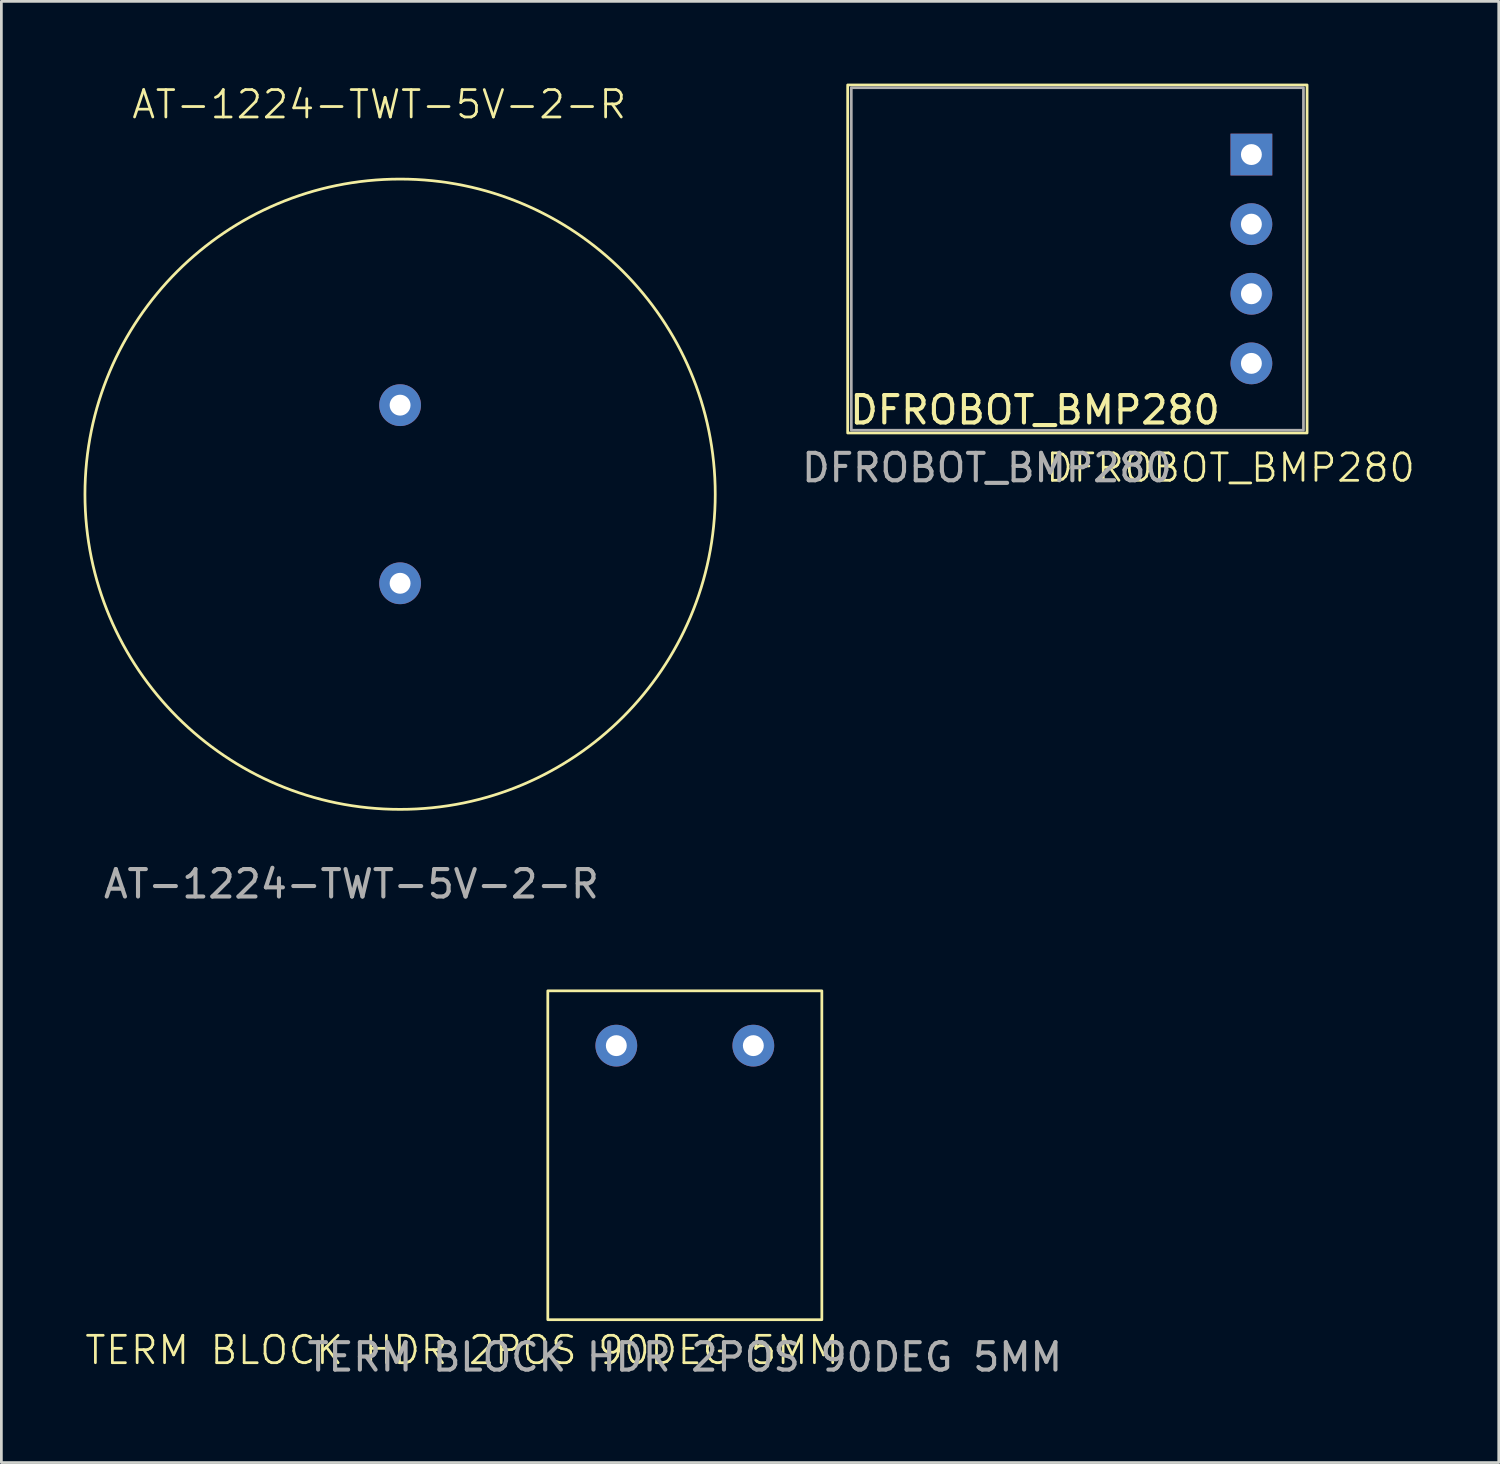
<source format=kicad_pcb>
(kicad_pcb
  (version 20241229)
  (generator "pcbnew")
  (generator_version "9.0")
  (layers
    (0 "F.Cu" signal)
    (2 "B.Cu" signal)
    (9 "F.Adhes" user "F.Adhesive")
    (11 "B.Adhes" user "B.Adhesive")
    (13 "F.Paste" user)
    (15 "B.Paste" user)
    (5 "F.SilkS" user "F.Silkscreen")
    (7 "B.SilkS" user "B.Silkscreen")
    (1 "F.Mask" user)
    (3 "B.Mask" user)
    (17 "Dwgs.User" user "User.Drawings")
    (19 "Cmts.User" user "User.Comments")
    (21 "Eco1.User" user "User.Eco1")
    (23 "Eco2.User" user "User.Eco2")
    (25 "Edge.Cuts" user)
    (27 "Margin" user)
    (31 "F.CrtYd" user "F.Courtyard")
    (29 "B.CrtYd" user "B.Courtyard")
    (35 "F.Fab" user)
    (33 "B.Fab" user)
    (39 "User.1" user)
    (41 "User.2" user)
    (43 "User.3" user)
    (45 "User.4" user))
  (footprint "TERM BLOCK HDR 2POS 90DEG 5MM"
    (layer "F.Cu")
    (at 21.94 39.107)
    (property "Reference" "TERM BLOCK HDR 2POS 90DEG 5MM" (at -8.128 7.112 0) (unlocked yes) (layer "F.SilkS") (effects (font (size 1 1) (thickness 0.1))))
    (attr through_hole)
    (fp_rect (start -5 6) (end 5 -6) (stroke (width 0.1) (type default)) (fill no) (layer "F.SilkS"))
    (fp_text user "${REFERENCE}" (at 0 7.366 0) (unlocked yes) (layer "F.Fab") (effects (font (size 1 1) (thickness 0.15))))
    (pad "1" thru_hole circle (at -2.5 -4) (size 1.524 1.524) (drill 0.762) (layers "*.Cu" "*.Mask"))
    (pad "2" thru_hole circle (at 2.5 -4) (size 1.524 1.524) (drill 0.762) (layers "*.Cu" "*.Mask")))
  (footprint "AT-1224-TWT-5V-2-R"
    (layer "F.Cu")
    (at 11.55 14.985)
    (property "Reference" "AT-1224-TWT-5V-2-R" (at -0.762 -14.224 0) (unlocked yes) (layer "F.SilkS") (effects (font (size 1 1) (thickness 0.1))))
    (attr through_hole)
    (fp_circle (center 0 0) (end 11.5 0) (stroke (width 0.1) (type default)) (fill no) (layer "F.SilkS"))
    (fp_text user "${REFERENCE}" (at -1.778 14.224 0) (unlocked yes) (layer "F.Fab") (effects (font (size 1 1) (thickness 0.15))))
    (pad "1" thru_hole circle (at 0 3.25) (size 1.524 1.524) (drill 0.762) (layers "*.Cu" "*.Mask"))
    (pad "2" thru_hole circle (at 0 -3.25) (size 1.524 1.524) (drill 0.762) (layers "*.Cu" "*.Mask")))
  (footprint "DFROBOT_BMP280"
    (layer "F.Cu")
    (at 36.265 6.4)
    (property "Reference" "DFROBOT_BMP280" (at 5.588 7.62 0) (unlocked yes) (layer "F.SilkS") (effects (font (size 1 1) (thickness 0.1))))
    (attr through_hole)
    (fp_rect (start -8.382 -6.35) (end 8.382 6.35) (stroke (width 0.1) (type default)) (fill no) (layer "F.SilkS"))
    (fp_rect (start 8.25 6.25) (end -8.25 -6.25) (stroke (width 0.1) (type default)) (fill no) (layer "F.Fab"))
    (fp_text user "DFROBOT_BMP280" (at -8.382 6.096 0) (unlocked yes) (layer "F.SilkS") (effects (font (size 1 1) (thickness 0.15)) (justify left bottom)))
    (fp_text user "${REFERENCE}" (at -3.302 7.62 0) (unlocked yes) (layer "F.Fab") (effects (font (size 1 1) (thickness 0.15))))
    (pad "1" thru_hole rect (at 6.35 -3.81) (size 1.524 1.524) (drill 0.762) (layers "*.Cu" "*.Mask"))
    (pad "2" thru_hole circle (at 6.35 -1.27) (size 1.524 1.524) (drill 0.762) (layers "*.Cu" "*.Mask"))
    (pad "3" thru_hole circle (at 6.35 1.27) (size 1.524 1.524) (drill 0.762) (layers "*.Cu" "*.Mask"))
    (pad "4" thru_hole circle (at 6.35 3.81) (size 1.524 1.524) (drill 0.762) (layers "*.Cu" "*.Mask")))
  (gr_rect
    (start -3 -3)
    (end 51.641 50.321)
    (stroke (width 0.1) (type default))
    (fill no)
    (layer "Edge.Cuts")))
</source>
